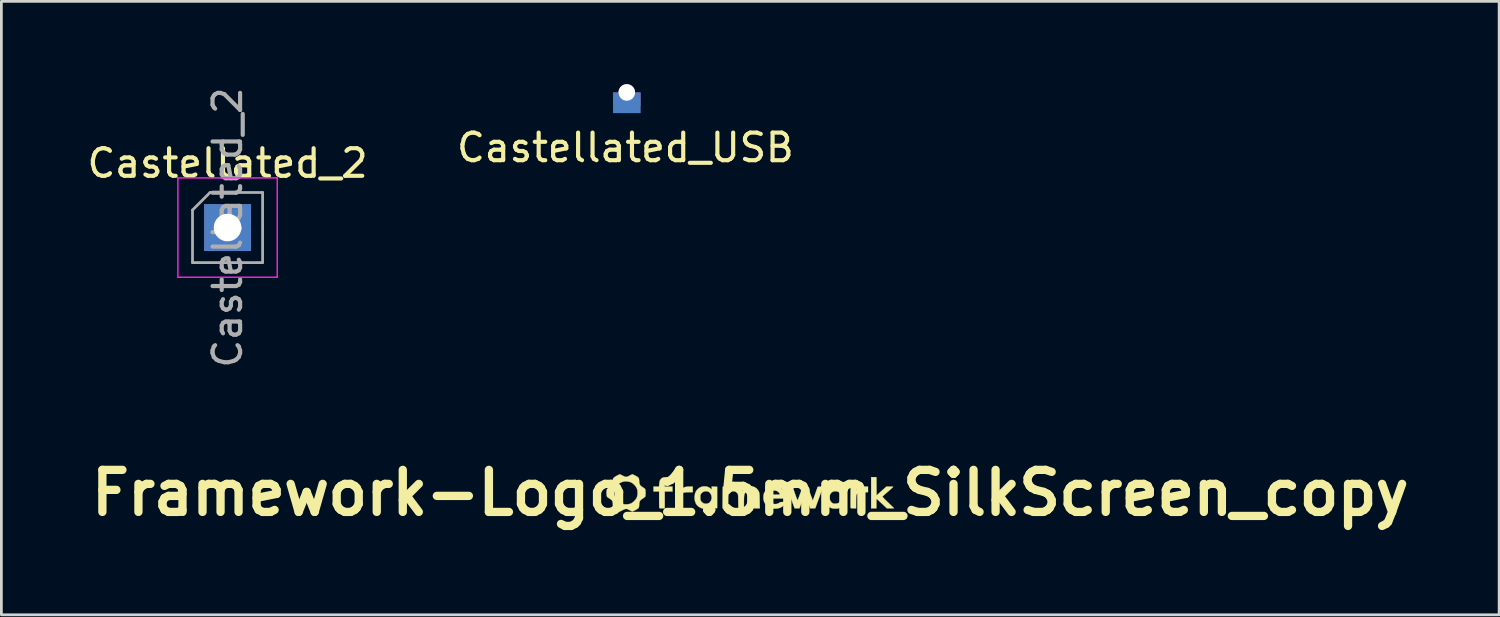
<source format=kicad_pcb>
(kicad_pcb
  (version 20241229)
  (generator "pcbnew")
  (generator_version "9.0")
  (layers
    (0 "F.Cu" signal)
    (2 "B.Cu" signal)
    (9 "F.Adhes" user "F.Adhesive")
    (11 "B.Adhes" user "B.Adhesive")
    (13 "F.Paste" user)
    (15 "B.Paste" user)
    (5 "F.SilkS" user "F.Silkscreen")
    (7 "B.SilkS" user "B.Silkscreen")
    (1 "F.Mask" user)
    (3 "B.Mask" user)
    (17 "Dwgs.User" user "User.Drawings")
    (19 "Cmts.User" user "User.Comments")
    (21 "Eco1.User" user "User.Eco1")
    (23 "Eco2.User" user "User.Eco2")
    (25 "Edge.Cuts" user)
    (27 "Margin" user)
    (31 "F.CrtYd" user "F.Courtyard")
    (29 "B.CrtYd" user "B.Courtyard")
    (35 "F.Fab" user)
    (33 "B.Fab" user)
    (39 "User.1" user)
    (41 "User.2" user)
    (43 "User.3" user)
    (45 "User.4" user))
  (footprint "Castellated_USB"
    (layer "F.Cu")
    (at 19.663 0.3)
    (property "Reference" "Castellated_USB" (at -0.05 2 0) (layer "F.SilkS") (effects (font (size 1 1) (thickness 0.15))))
    (attr through_hole)
    (pad "1" thru_hole circle (at 0 0) (size 0.6 0.6) (drill 0.6) (layers "*.Cu"))
    (pad "1" smd rect (at 0 0.225) (size 1 0.45) (layers "F.Cu" "F.Mask"))
    (pad "1" smd roundrect (at 0 0.45) (size 1 0.2) (layers "F.Cu" "F.Mask") (roundrect_rratio 0.5))
    (pad "1" smd rect (at 0.003 0.374) (size 1 0.75) (layers "B.Cu" "B.Mask")))
  (footprint "Castellated_2"
    (layer "F.Cu")
    (at 5.196 5.196)
    (property "Reference" "Castellated_2" (at 0 -2.33 0) (layer "F.SilkS") (effects (font (size 1 1) (thickness 0.15))))
    (attr through_hole)
    (fp_line (start -1.8 -1.8) (end -1.8 1.8) (stroke (width 0.05) (type solid)) (layer "F.CrtYd"))
    (fp_line (start -1.8 1.8) (end 1.8 1.8) (stroke (width 0.05) (type solid)) (layer "F.CrtYd"))
    (fp_line (start 1.8 -1.8) (end -1.8 -1.8) (stroke (width 0.05) (type solid)) (layer "F.CrtYd"))
    (fp_line (start 1.8 1.8) (end 1.8 -1.8) (stroke (width 0.05) (type solid)) (layer "F.CrtYd"))
    (fp_line (start -1.27 -0.635) (end -0.635 -1.27) (stroke (width 0.1) (type solid)) (layer "F.Fab"))
    (fp_line (start -1.27 1.27) (end -1.27 -0.635) (stroke (width 0.1) (type solid)) (layer "F.Fab"))
    (fp_line (start -0.635 -1.27) (end 1.27 -1.27) (stroke (width 0.1) (type solid)) (layer "F.Fab"))
    (fp_line (start 1.27 -1.27) (end 1.27 1.27) (stroke (width 0.1) (type solid)) (layer "F.Fab"))
    (fp_line (start 1.27 1.27) (end -1.27 1.27) (stroke (width 0.1) (type solid)) (layer "F.Fab"))
    (fp_text user "${REFERENCE}" (at 0 0 90) (layer "F.Fab") (effects (font (size 1 1) (thickness 0.15))))
    (pad "1" thru_hole rect (at 0 0) (size 1.7 1.7) (drill 1) (layers "*.Cu" "*.Mask")))
  (footprint "Framework-Logo_1.5mm_SilkScreen_copy"
    (layer "F.Cu")
    (at 24.137 14.811)
    (property "Reference" "Framework-Logo_1.5mm_SilkScreen_copy" (at 0 0 0) (layer "F.SilkS") (effects (font (size 1.524 1.524) (thickness 0.3))))
    (attr through_hole)
    (fp_poly (pts (xy -2.515 -0.112) (xy -2.463 -0.156) (xy -2.417 -0.189) (xy -2.363 -0.211) (xy -2.298 -0.224) (xy -2.214 -0.228) (xy -2.191 -0.229) (xy -2.083 -0.229) (xy -2.083 -0.025) (xy -2.229 -0.025) (xy -2.314 -0.023) (xy -2.377 -0.017) (xy -2.424 -0.005) (xy -2.457 0.015) (xy -2.482 0.042) (xy -2.485 0.046) (xy -2.493 0.062) (xy -2.5 0.083) (xy -2.504 0.113) (xy -2.508 0.155) (xy -2.51 0.215) (xy -2.512 0.294) (xy -2.513 0.32) (xy -2.517 0.559) (xy -2.705 0.559) (xy -2.705 -0.229) (xy -2.515 -0.229) (xy -2.515 -0.112)) (stroke (width 0.01) (type solid)) (fill yes) (layer "F.SilkS"))
    (fp_poly (pts (xy 3.835 -0.105) (xy 3.883 -0.152) (xy 3.922 -0.185) (xy 3.965 -0.207) (xy 4.018 -0.221) (xy 4.087 -0.227) (xy 4.15 -0.229) (xy 4.267 -0.229) (xy 4.267 -0.025) (xy 4.121 -0.025) (xy 4.033 -0.023) (xy 3.966 -0.016) (xy 3.918 -0.002) (xy 3.883 0.019) (xy 3.86 0.048) (xy 3.855 0.057) (xy 3.848 0.078) (xy 3.842 0.107) (xy 3.839 0.149) (xy 3.836 0.206) (xy 3.836 0.283) (xy 3.835 0.329) (xy 3.835 0.559) (xy 3.74 0.559) (xy 3.682 0.557) (xy 3.649 0.551) (xy 3.638 0.543) (xy 3.637 0.526) (xy 3.635 0.488) (xy 3.635 0.431) (xy 3.634 0.358) (xy 3.634 0.273) (xy 3.635 0.18) (xy 3.635 0.152) (xy 3.639 -0.222) (xy 3.737 -0.226) (xy 3.835 -0.23) (xy 3.835 -0.105)) (stroke (width 0.01) (type solid)) (fill yes) (layer "F.SilkS"))
    (fp_poly (pts (xy -2.705 -0.421) (xy -2.87 -0.417) (xy -2.949 -0.414) (xy -3.006 -0.408) (xy -3.046 -0.397) (xy -3.071 -0.379) (xy -3.085 -0.352) (xy -3.093 -0.315) (xy -3.096 -0.293) (xy -3.102 -0.229) (xy -2.819 -0.229) (xy -2.819 -0.051) (xy -3.099 -0.051) (xy -3.099 0.559) (xy -3.192 0.559) (xy -3.238 0.558) (xy -3.274 0.555) (xy -3.293 0.551) (xy -3.294 0.55) (xy -3.296 0.536) (xy -3.298 0.499) (xy -3.3 0.445) (xy -3.301 0.376) (xy -3.302 0.297) (xy -3.302 0.246) (xy -3.302 -0.051) (xy -3.505 -0.051) (xy -3.505 -0.229) (xy -3.306 -0.229) (xy -3.299 -0.322) (xy -3.289 -0.397) (xy -3.271 -0.453) (xy -3.242 -0.498) (xy -3.224 -0.517) (xy -3.2 -0.536) (xy -3.173 -0.55) (xy -3.139 -0.56) (xy -3.094 -0.567) (xy -3.033 -0.57) (xy -2.953 -0.571) (xy -2.914 -0.572) (xy -2.705 -0.572) (xy -2.705 -0.421)) (stroke (width 0.01) (type solid)) (fill yes) (layer "F.SilkS"))
    (fp_poly (pts (xy 4.575 -0.241) (xy 4.578 0.09) (xy 4.756 -0.069) (xy 4.934 -0.228) (xy 5.058 -0.228) (xy 5.11 -0.227) (xy 5.152 -0.225) (xy 5.176 -0.222) (xy 5.181 -0.219) (xy 5.171 -0.208) (xy 5.146 -0.184) (xy 5.106 -0.148) (xy 5.057 -0.104) (xy 5 -0.054) (xy 4.996 -0.051) (xy 4.937 -0.000155) (xy 4.885 0.046) (xy 4.842 0.084) (xy 4.811 0.111) (xy 4.797 0.125) (xy 4.797 0.126) (xy 4.795 0.134) (xy 4.802 0.149) (xy 4.819 0.171) (xy 4.848 0.204) (xy 4.892 0.248) (xy 4.951 0.306) (xy 4.998 0.351) (xy 5.213 0.558) (xy 4.95 0.559) (xy 4.769 0.387) (xy 4.713 0.335) (xy 4.663 0.289) (xy 4.623 0.252) (xy 4.594 0.227) (xy 4.581 0.216) (xy 4.58 0.216) (xy 4.577 0.228) (xy 4.575 0.261) (xy 4.573 0.309) (xy 4.572 0.37) (xy 4.572 0.387) (xy 4.572 0.559) (xy 4.381 0.559) (xy 4.381 -0.572) (xy 4.572 -0.572) (xy 4.575 -0.241)) (stroke (width 0.01) (type solid)) (fill yes) (layer "F.SilkS"))
    (fp_poly (pts (xy -1.598 -0.234) (xy -1.52 -0.211) (xy -1.451 -0.169) (xy -1.441 -0.159) (xy -1.397 -0.118) (xy -1.397 -0.23) (xy -1.299 -0.226) (xy -1.2 -0.222) (xy -1.2 0.552) (xy -1.397 0.56) (xy -1.397 0.441) (xy -1.424 0.475) (xy -1.469 0.515) (xy -1.532 0.545) (xy -1.604 0.564) (xy -1.679 0.57) (xy -1.749 0.56) (xy -1.769 0.554) (xy -1.858 0.509) (xy -1.928 0.448) (xy -1.978 0.371) (xy -2.008 0.278) (xy -2.018 0.171) (xy -2.018 0.166) (xy -1.81 0.166) (xy -1.806 0.233) (xy -1.794 0.282) (xy -1.768 0.321) (xy -1.726 0.357) (xy -1.715 0.365) (xy -1.664 0.386) (xy -1.604 0.394) (xy -1.543 0.387) (xy -1.511 0.375) (xy -1.459 0.334) (xy -1.422 0.278) (xy -1.401 0.211) (xy -1.399 0.141) (xy -1.416 0.071) (xy -1.425 0.052) (xy -1.464 -0.006) (xy -1.511 -0.042) (xy -1.573 -0.059) (xy -1.584 -0.06) (xy -1.658 -0.057) (xy -1.72 -0.03) (xy -1.773 0.019) (xy -1.773 0.02) (xy -1.792 0.047) (xy -1.803 0.073) (xy -1.808 0.106) (xy -1.81 0.154) (xy -1.81 0.166) (xy -2.018 0.166) (xy -2.016 0.129) (xy -2.002 0.031) (xy -1.97 -0.051) (xy -1.919 -0.123) (xy -1.908 -0.134) (xy -1.841 -0.187) (xy -1.763 -0.222) (xy -1.681 -0.237) (xy -1.598 -0.234)) (stroke (width 0.01) (type solid)) (fill yes) (layer "F.SilkS"))
    (fp_poly (pts (xy 3.147 -0.234) (xy 3.19 -0.23) (xy 3.226 -0.222) (xy 3.261 -0.208) (xy 3.279 -0.2) (xy 3.361 -0.146) (xy 3.429 -0.074) (xy 3.472 -0.002) (xy 3.492 0.065) (xy 3.5 0.144) (xy 3.497 0.227) (xy 3.482 0.303) (xy 3.468 0.34) (xy 3.426 0.409) (xy 3.365 0.472) (xy 3.293 0.522) (xy 3.244 0.545) (xy 3.161 0.566) (xy 3.07 0.571) (xy 2.981 0.561) (xy 2.926 0.545) (xy 2.845 0.501) (xy 2.773 0.439) (xy 2.718 0.363) (xy 2.709 0.346) (xy 2.69 0.304) (xy 2.68 0.267) (xy 2.675 0.223) (xy 2.674 0.195) (xy 2.873 0.195) (xy 2.89 0.26) (xy 2.923 0.318) (xy 2.972 0.365) (xy 3.01 0.385) (xy 3.046 0.392) (xy 3.096 0.39) (xy 3.147 0.383) (xy 3.191 0.37) (xy 3.21 0.36) (xy 3.257 0.311) (xy 3.287 0.249) (xy 3.3 0.181) (xy 3.296 0.112) (xy 3.274 0.047) (xy 3.235 -0.007) (xy 3.212 -0.026) (xy 3.155 -0.053) (xy 3.088 -0.062) (xy 3.022 -0.053) (xy 2.978 -0.035) (xy 2.926 0.008) (xy 2.891 0.064) (xy 2.874 0.128) (xy 2.873 0.195) (xy 2.674 0.195) (xy 2.673 0.165) (xy 2.676 0.1) (xy 2.683 0.051) (xy 2.696 0.009) (xy 2.701 -0.002) (xy 2.752 -0.085) (xy 2.823 -0.155) (xy 2.894 -0.2) (xy 2.932 -0.217) (xy 2.966 -0.227) (xy 3.005 -0.233) (xy 3.057 -0.235) (xy 3.086 -0.235) (xy 3.147 -0.234)) (stroke (width 0.01) (type solid)) (fill yes) (layer "F.SilkS"))
    (fp_poly (pts (xy 2.172 0.027) (xy 2.2 0.102) (xy 2.224 0.167) (xy 2.245 0.219) (xy 2.26 0.255) (xy 2.269 0.272) (xy 2.27 0.272) (xy 2.276 0.257) (xy 2.288 0.222) (xy 2.306 0.17) (xy 2.329 0.106) (xy 2.355 0.033) (xy 2.36 0.019) (xy 2.445 -0.222) (xy 2.537 -0.226) (xy 2.588 -0.227) (xy 2.617 -0.224) (xy 2.628 -0.216) (xy 2.629 -0.213) (xy 2.625 -0.198) (xy 2.613 -0.161) (xy 2.594 -0.107) (xy 2.57 -0.038) (xy 2.542 0.043) (xy 2.51 0.133) (xy 2.492 0.181) (xy 2.356 0.558) (xy 2.265 0.559) (xy 2.174 0.559) (xy 2.149 0.492) (xy 2.136 0.456) (xy 2.116 0.402) (xy 2.092 0.338) (xy 2.067 0.268) (xy 2.057 0.241) (xy 2.033 0.177) (xy 2.012 0.121) (xy 1.995 0.078) (xy 1.984 0.052) (xy 1.981 0.047) (xy 1.975 0.056) (xy 1.961 0.085) (xy 1.942 0.131) (xy 1.918 0.192) (xy 1.891 0.264) (xy 1.879 0.298) (xy 1.784 0.559) (xy 1.695 0.559) (xy 1.607 0.559) (xy 1.468 0.181) (xy 1.433 0.088) (xy 1.402 0.002) (xy 1.374 -0.073) (xy 1.352 -0.135) (xy 1.335 -0.181) (xy 1.325 -0.208) (xy 1.323 -0.213) (xy 1.328 -0.221) (xy 1.349 -0.226) (xy 1.39 -0.228) (xy 1.426 -0.229) (xy 1.533 -0.229) (xy 1.62 0.025) (xy 1.647 0.1) (xy 1.67 0.165) (xy 1.691 0.217) (xy 1.706 0.253) (xy 1.715 0.269) (xy 1.716 0.27) (xy 1.723 0.255) (xy 1.737 0.221) (xy 1.757 0.17) (xy 1.781 0.106) (xy 1.807 0.034) (xy 1.813 0.019) (xy 1.9 -0.222) (xy 2.079 -0.23) (xy 2.172 0.027)) (stroke (width 0.01) (type solid)) (fill yes) (layer "F.SilkS"))
    (fp_poly (pts (xy 0.09 -0.233) (xy 0.165 -0.206) (xy 0.231 -0.159) (xy 0.285 -0.094) (xy 0.301 -0.065) (xy 0.313 -0.041) (xy 0.322 -0.019) (xy 0.328 0.005) (xy 0.333 0.034) (xy 0.336 0.073) (xy 0.338 0.126) (xy 0.339 0.196) (xy 0.341 0.283) (xy 0.345 0.559) (xy 0.14 0.559) (xy 0.14 0.321) (xy 0.139 0.225) (xy 0.137 0.151) (xy 0.132 0.095) (xy 0.123 0.053) (xy 0.11 0.022) (xy 0.092 -0.003) (xy 0.068 -0.024) (xy 0.059 -0.031) (xy 0.014 -0.051) (xy -0.043 -0.058) (xy -0.1 -0.052) (xy -0.147 -0.032) (xy -0.148 -0.031) (xy -0.174 -0.009) (xy -0.194 0.014) (xy -0.209 0.043) (xy -0.218 0.081) (xy -0.224 0.132) (xy -0.227 0.201) (xy -0.229 0.289) (xy -0.229 0.321) (xy -0.229 0.559) (xy -0.43 0.559) (xy -0.434 0.306) (xy -0.436 0.218) (xy -0.437 0.153) (xy -0.44 0.105) (xy -0.443 0.071) (xy -0.448 0.048) (xy -0.455 0.031) (xy -0.464 0.017) (xy -0.464 0.017) (xy -0.512 -0.029) (xy -0.568 -0.055) (xy -0.628 -0.06) (xy -0.687 -0.046) (xy -0.738 -0.014) (xy -0.777 0.038) (xy -0.778 0.039) (xy -0.786 0.058) (xy -0.792 0.083) (xy -0.796 0.116) (xy -0.798 0.162) (xy -0.8 0.225) (xy -0.8 0.309) (xy -0.8 0.321) (xy -0.8 0.559) (xy -1.004 0.559) (xy -0.997 -0.222) (xy -0.806 -0.222) (xy -0.8 -0.167) (xy -0.794 -0.113) (xy -0.75 -0.158) (xy -0.691 -0.202) (xy -0.62 -0.228) (xy -0.543 -0.237) (xy -0.467 -0.228) (xy -0.395 -0.202) (xy -0.335 -0.159) (xy -0.307 -0.127) (xy -0.273 -0.081) (xy -0.216 -0.14) (xy -0.147 -0.195) (xy -0.07 -0.228) (xy 0.01 -0.241) (xy 0.09 -0.233)) (stroke (width 0.01) (type solid)) (fill yes) (layer "F.SilkS"))
    (fp_poly (pts (xy 0.937 -0.234) (xy 0.98 -0.23) (xy 1.016 -0.222) (xy 1.051 -0.208) (xy 1.069 -0.2) (xy 1.152 -0.146) (xy 1.215 -0.076) (xy 1.258 0.008) (xy 1.279 0.105) (xy 1.28 0.117) (xy 1.286 0.203) (xy 0.67 0.203) (xy 0.679 0.238) (xy 0.708 0.307) (xy 0.755 0.359) (xy 0.818 0.393) (xy 0.894 0.406) (xy 0.902 0.406) (xy 0.95 0.401) (xy 1 0.387) (xy 1.043 0.368) (xy 1.071 0.346) (xy 1.073 0.343) (xy 1.089 0.337) (xy 1.123 0.332) (xy 1.169 0.33) (xy 1.181 0.33) (xy 1.281 0.33) (xy 1.268 0.368) (xy 1.243 0.413) (xy 1.201 0.46) (xy 1.149 0.503) (xy 1.097 0.534) (xy 1.034 0.555) (xy 0.955 0.568) (xy 0.872 0.57) (xy 0.793 0.563) (xy 0.728 0.546) (xy 0.647 0.501) (xy 0.575 0.437) (xy 0.52 0.361) (xy 0.512 0.346) (xy 0.486 0.269) (xy 0.475 0.181) (xy 0.48 0.092) (xy 0.491 0.045) (xy 0.686 0.045) (xy 0.69 0.052) (xy 0.704 0.057) (xy 0.733 0.061) (xy 0.778 0.063) (xy 0.844 0.063) (xy 0.882 0.064) (xy 0.957 0.063) (xy 1.009 0.062) (xy 1.044 0.06) (xy 1.063 0.057) (xy 1.071 0.052) (xy 1.072 0.044) (xy 1.071 0.041) (xy 1.038 -0.015) (xy 0.988 -0.057) (xy 0.928 -0.082) (xy 0.861 -0.087) (xy 0.796 -0.072) (xy 0.762 -0.051) (xy 0.728 -0.021) (xy 0.701 0.012) (xy 0.686 0.04) (xy 0.686 0.045) (xy 0.491 0.045) (xy 0.499 0.011) (xy 0.506 -0.006) (xy 0.556 -0.087) (xy 0.625 -0.157) (xy 0.692 -0.201) (xy 0.726 -0.217) (xy 0.758 -0.228) (xy 0.795 -0.233) (xy 0.846 -0.235) (xy 0.876 -0.235) (xy 0.937 -0.234)) (stroke (width 0.01) (type solid)) (fill yes) (layer "F.SilkS"))
    (fp_poly (pts (xy -4.191 -0.637) (xy -4.143 -0.613) (xy -4.099 -0.587) (xy -4.071 -0.567) (xy -4.052 -0.55) (xy -4.04 -0.532) (xy -4.033 -0.506) (xy -4.028 -0.466) (xy -4.025 -0.427) (xy -4.018 -0.359) (xy -4.005 -0.309) (xy -3.982 -0.27) (xy -3.944 -0.236) (xy -3.894 -0.203) (xy -3.854 -0.177) (xy -3.822 -0.151) (xy -3.807 -0.134) (xy -3.8 -0.107) (xy -3.795 -0.064) (xy -3.793 -0.01) (xy -3.794 0.044) (xy -3.798 0.093) (xy -3.804 0.127) (xy -3.807 0.134) (xy -3.825 0.153) (xy -3.857 0.179) (xy -3.894 0.203) (xy -3.948 0.239) (xy -3.984 0.274) (xy -4.007 0.313) (xy -4.019 0.364) (xy -4.025 0.427) (xy -4.029 0.481) (xy -4.035 0.515) (xy -4.043 0.538) (xy -4.057 0.555) (xy -4.071 0.567) (xy -4.102 0.588) (xy -4.146 0.614) (xy -4.191 0.637) (xy -4.273 0.677) (xy -4.362 0.631) (xy -4.42 0.602) (xy -4.463 0.584) (xy -4.499 0.579) (xy -4.534 0.585) (xy -4.576 0.601) (xy -4.619 0.622) (xy -4.665 0.644) (xy -4.701 0.662) (xy -4.723 0.672) (xy -4.727 0.673) (xy -4.739 0.668) (xy -4.769 0.655) (xy -4.808 0.637) (xy -4.857 0.61) (xy -4.904 0.58) (xy -4.932 0.559) (xy -4.955 0.537) (xy -4.969 0.518) (xy -4.976 0.495) (xy -4.978 0.459) (xy -4.978 0.421) (xy -4.982 0.352) (xy -4.995 0.301) (xy -5.022 0.261) (xy -5.067 0.225) (xy -5.103 0.203) (xy -5.144 0.177) (xy -5.177 0.15) (xy -5.194 0.13) (xy -5.2 0.103) (xy -5.205 0.06) (xy -5.207 0.008) (xy -5.207 0) (xy -5.207 -0.000001) (xy -4.921 -0.000001) (xy -4.919 0.056) (xy -4.912 0.1) (xy -4.897 0.143) (xy -4.879 0.181) (xy -4.823 0.269) (xy -4.752 0.339) (xy -4.667 0.389) (xy -4.656 0.393) (xy -4.583 0.412) (xy -4.499 0.417) (xy -4.414 0.41) (xy -4.337 0.39) (xy -4.311 0.378) (xy -4.244 0.333) (xy -4.18 0.271) (xy -4.129 0.201) (xy -4.111 0.167) (xy -4.091 0.103) (xy -4.082 0.026) (xy -4.084 -0.054) (xy -4.097 -0.128) (xy -4.111 -0.167) (xy -4.153 -0.238) (xy -4.212 -0.304) (xy -4.278 -0.359) (xy -4.311 -0.378) (xy -4.388 -0.405) (xy -4.476 -0.418) (xy -4.566 -0.415) (xy -4.648 -0.395) (xy -4.65 -0.395) (xy -4.739 -0.348) (xy -4.814 -0.28) (xy -4.873 -0.194) (xy -4.879 -0.181) (xy -4.902 -0.131) (xy -4.915 -0.089) (xy -4.92 -0.043) (xy -4.921 -0.000001) (xy -5.207 -0.000001) (xy -5.205 -0.052) (xy -5.201 -0.097) (xy -5.195 -0.127) (xy -5.194 -0.13) (xy -5.176 -0.151) (xy -5.143 -0.177) (xy -5.103 -0.203) (xy -5.046 -0.24) (xy -5.009 -0.277) (xy -4.988 -0.321) (xy -4.98 -0.378) (xy -4.978 -0.421) (xy -4.978 -0.47) (xy -4.975 -0.502) (xy -4.966 -0.524) (xy -4.95 -0.543) (xy -4.931 -0.559) (xy -4.894 -0.587) (xy -4.845 -0.617) (xy -4.805 -0.638) (xy -4.726 -0.675) (xy -4.62 -0.623) (xy -4.567 -0.597) (xy -4.526 -0.582) (xy -4.491 -0.579) (xy -4.455 -0.587) (xy -4.409 -0.607) (xy -4.362 -0.631) (xy -4.273 -0.677) (xy -4.191 -0.637)) (stroke (width 0.01) (type solid)) (fill yes) (layer "F.SilkS")))
  (gr_rect
    (start -3 -3)
    (end 51.275 19.229)
    (stroke (width 0.1) (type default))
    (fill no)
    (layer "Edge.Cuts")))
</source>
